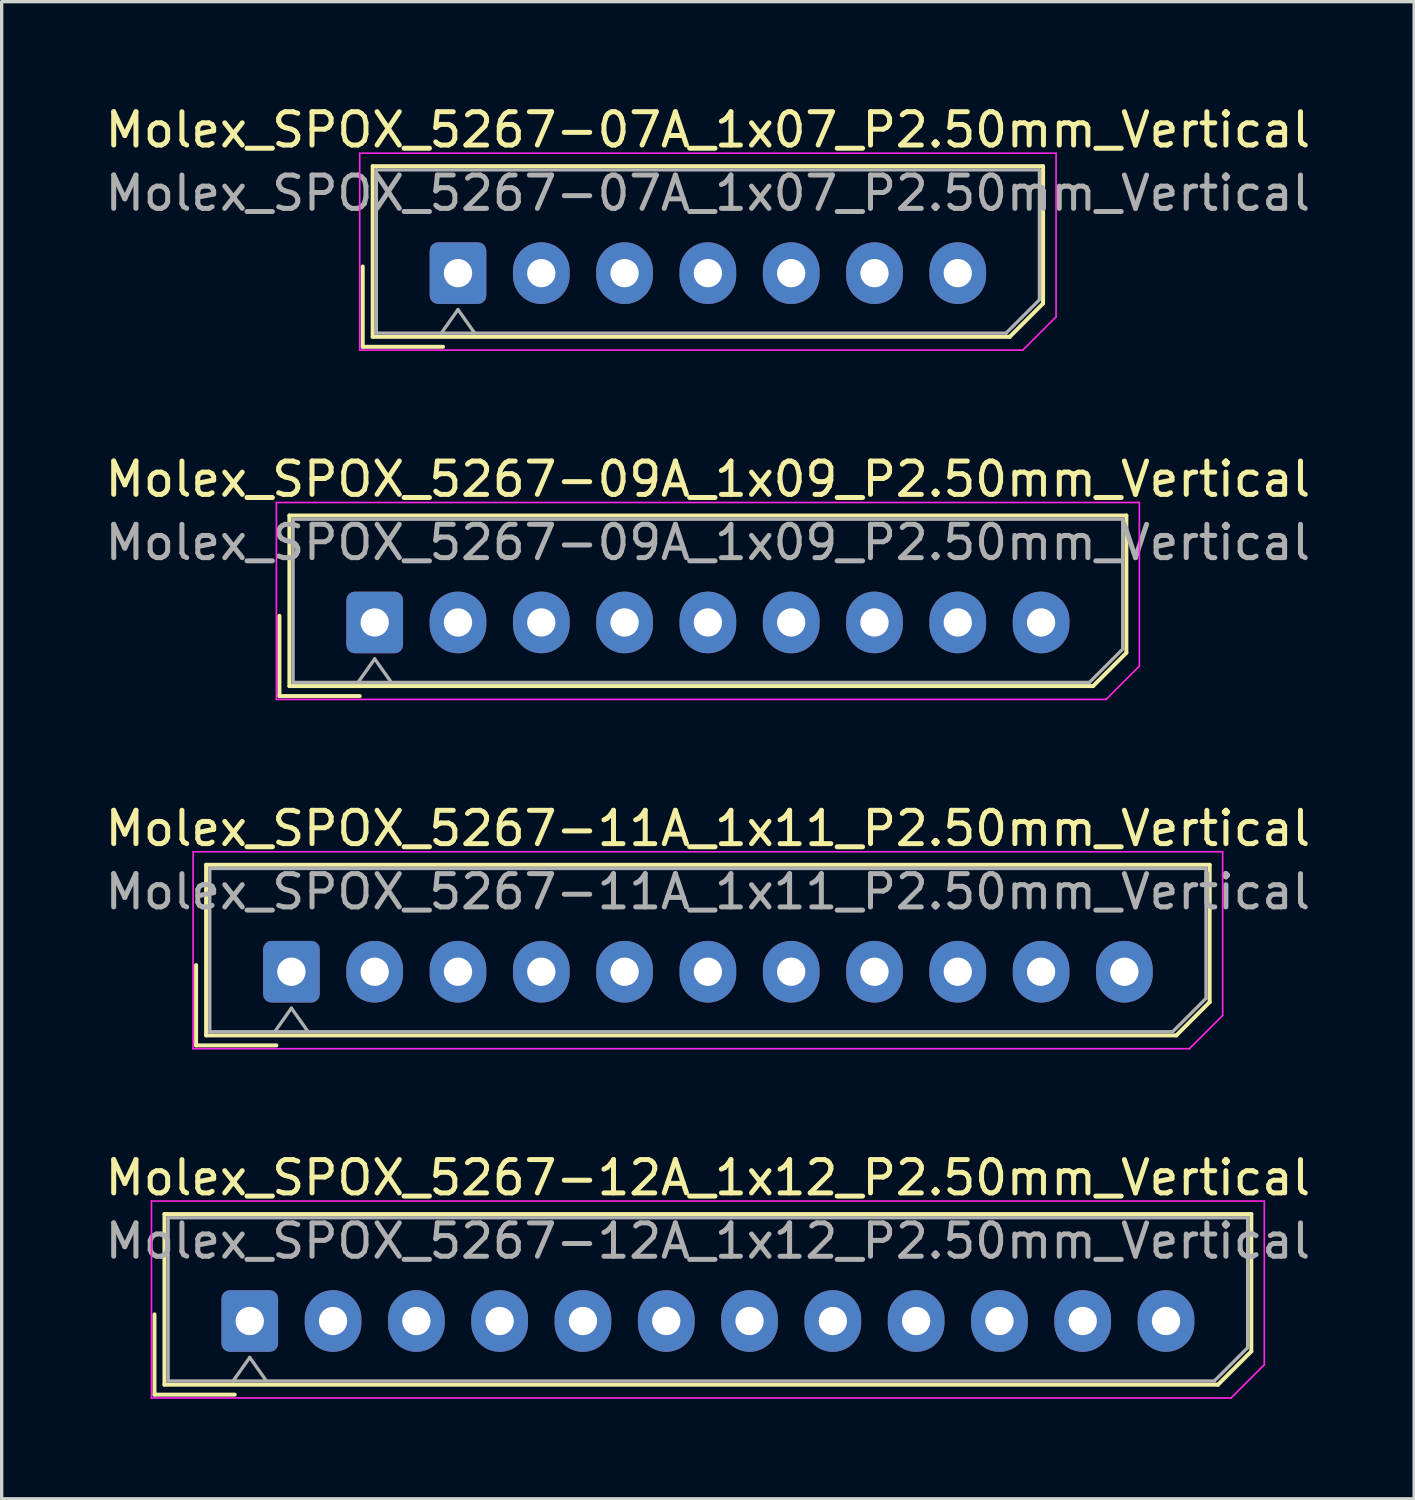
<source format=kicad_pcb>
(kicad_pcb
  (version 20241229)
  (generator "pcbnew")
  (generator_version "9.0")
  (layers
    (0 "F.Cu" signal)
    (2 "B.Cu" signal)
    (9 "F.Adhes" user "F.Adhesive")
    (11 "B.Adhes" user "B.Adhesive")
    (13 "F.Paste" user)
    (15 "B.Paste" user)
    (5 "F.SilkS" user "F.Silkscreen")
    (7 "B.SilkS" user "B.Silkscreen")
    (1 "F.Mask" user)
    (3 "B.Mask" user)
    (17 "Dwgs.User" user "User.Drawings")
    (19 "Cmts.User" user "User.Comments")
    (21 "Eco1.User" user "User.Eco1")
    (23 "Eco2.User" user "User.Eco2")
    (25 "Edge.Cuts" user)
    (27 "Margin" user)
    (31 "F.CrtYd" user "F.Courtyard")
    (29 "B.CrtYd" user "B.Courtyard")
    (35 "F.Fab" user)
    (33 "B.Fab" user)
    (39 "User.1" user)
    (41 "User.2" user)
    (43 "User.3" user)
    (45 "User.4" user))
  (footprint "Molex_SPOX_5267-09A_1x09_P2.50mm_Vertical"
    (layer "F.Cu")
    (at 8.196 15.632)
    (property "Reference" "Molex_SPOX_5267-09A_1x09_P2.50mm_Vertical" (at 10 -4.3 0) (layer "F.SilkS") (effects (font (size 1 1) (thickness 0.15))))
    (attr through_hole)
    (fp_line (start -2.86 -0.2) (end -2.86 2.21) (stroke (width 0.12) (type solid)) (layer "F.SilkS"))
    (fp_line (start -2.86 2.21) (end -0.45 2.21) (stroke (width 0.12) (type solid)) (layer "F.SilkS"))
    (fp_line (start -2.56 -3.21) (end -2.56 1.91) (stroke (width 0.12) (type solid)) (layer "F.SilkS"))
    (fp_line (start -2.56 1.91) (end 21.56 1.91) (stroke (width 0.12) (type solid)) (layer "F.SilkS"))
    (fp_line (start 21.56 1.91) (end 22.56 0.91) (stroke (width 0.12) (type solid)) (layer "F.SilkS"))
    (fp_line (start 22.56 -3.21) (end -2.56 -3.21) (stroke (width 0.12) (type solid)) (layer "F.SilkS"))
    (fp_line (start 22.56 0.91) (end 22.56 -3.21) (stroke (width 0.12) (type solid)) (layer "F.SilkS"))
    (fp_line (start -2.95 -3.6) (end -2.95 2.31) (stroke (width 0.05) (type solid)) (layer "F.CrtYd"))
    (fp_line (start -2.95 2.31) (end 21.95 2.31) (stroke (width 0.05) (type solid)) (layer "F.CrtYd"))
    (fp_line (start 21.95 2.31) (end 22.95 1.31) (stroke (width 0.05) (type solid)) (layer "F.CrtYd"))
    (fp_line (start 22.95 -3.6) (end -2.95 -3.6) (stroke (width 0.05) (type solid)) (layer "F.CrtYd"))
    (fp_line (start 22.95 1.31) (end 22.95 -3.6) (stroke (width 0.05) (type solid)) (layer "F.CrtYd"))
    (fp_line (start -2.45 -3.1) (end -2.45 1.8) (stroke (width 0.1) (type solid)) (layer "F.Fab"))
    (fp_line (start -2.45 1.8) (end 21.45 1.8) (stroke (width 0.1) (type solid)) (layer "F.Fab"))
    (fp_line (start -0.5 1.8) (end 0 1.093) (stroke (width 0.1) (type solid)) (layer "F.Fab"))
    (fp_line (start 0 1.093) (end 0.5 1.8) (stroke (width 0.1) (type solid)) (layer "F.Fab"))
    (fp_line (start 21.45 1.8) (end 22.45 0.8) (stroke (width 0.1) (type solid)) (layer "F.Fab"))
    (fp_line (start 22.45 -3.1) (end -2.45 -3.1) (stroke (width 0.1) (type solid)) (layer "F.Fab"))
    (fp_line (start 22.45 0.8) (end 22.45 -3.1) (stroke (width 0.1) (type solid)) (layer "F.Fab"))
    (fp_text user "${REFERENCE}" (at 10 -2.4 0) (layer "F.Fab") (effects (font (size 1 1) (thickness 0.15))))
    (pad "1" thru_hole roundrect (at 0 0) (size 1.7 1.85) (drill 0.85) (layers "*.Cu" "*.Mask") (roundrect_rratio 0.147))
    (pad "2" thru_hole oval (at 2.5 0) (size 1.7 1.85) (drill 0.85) (layers "*.Cu" "*.Mask"))
    (pad "3" thru_hole oval (at 5 0) (size 1.7 1.85) (drill 0.85) (layers "*.Cu" "*.Mask"))
    (pad "4" thru_hole oval (at 7.5 0) (size 1.7 1.85) (drill 0.85) (layers "*.Cu" "*.Mask"))
    (pad "5" thru_hole oval (at 10 0) (size 1.7 1.85) (drill 0.85) (layers "*.Cu" "*.Mask"))
    (pad "6" thru_hole oval (at 12.5 0) (size 1.7 1.85) (drill 0.85) (layers "*.Cu" "*.Mask"))
    (pad "7" thru_hole oval (at 15 0) (size 1.7 1.85) (drill 0.85) (layers "*.Cu" "*.Mask"))
    (pad "8" thru_hole oval (at 17.5 0) (size 1.7 1.85) (drill 0.85) (layers "*.Cu" "*.Mask"))
    (pad "9" thru_hole oval (at 20 0) (size 1.7 1.85) (drill 0.85) (layers "*.Cu" "*.Mask")))
  (footprint "Molex_SPOX_5267-12A_1x12_P2.50mm_Vertical"
    (layer "F.Cu")
    (at 4.446 36.598)
    (property "Reference" "Molex_SPOX_5267-12A_1x12_P2.50mm_Vertical" (at 13.75 -4.3 0) (layer "F.SilkS") (effects (font (size 1 1) (thickness 0.15))))
    (attr through_hole)
    (fp_line (start -2.86 -0.2) (end -2.86 2.21) (stroke (width 0.12) (type solid)) (layer "F.SilkS"))
    (fp_line (start -2.86 2.21) (end -0.45 2.21) (stroke (width 0.12) (type solid)) (layer "F.SilkS"))
    (fp_line (start -2.56 -3.21) (end -2.56 1.91) (stroke (width 0.12) (type solid)) (layer "F.SilkS"))
    (fp_line (start -2.56 1.91) (end 29.06 1.91) (stroke (width 0.12) (type solid)) (layer "F.SilkS"))
    (fp_line (start 29.06 1.91) (end 30.06 0.91) (stroke (width 0.12) (type solid)) (layer "F.SilkS"))
    (fp_line (start 30.06 -3.21) (end -2.56 -3.21) (stroke (width 0.12) (type solid)) (layer "F.SilkS"))
    (fp_line (start 30.06 0.91) (end 30.06 -3.21) (stroke (width 0.12) (type solid)) (layer "F.SilkS"))
    (fp_line (start -2.95 -3.6) (end -2.95 2.31) (stroke (width 0.05) (type solid)) (layer "F.CrtYd"))
    (fp_line (start -2.95 2.31) (end 29.45 2.31) (stroke (width 0.05) (type solid)) (layer "F.CrtYd"))
    (fp_line (start 29.45 2.31) (end 30.45 1.31) (stroke (width 0.05) (type solid)) (layer "F.CrtYd"))
    (fp_line (start 30.45 -3.6) (end -2.95 -3.6) (stroke (width 0.05) (type solid)) (layer "F.CrtYd"))
    (fp_line (start 30.45 1.31) (end 30.45 -3.6) (stroke (width 0.05) (type solid)) (layer "F.CrtYd"))
    (fp_line (start -2.45 -3.1) (end -2.45 1.8) (stroke (width 0.1) (type solid)) (layer "F.Fab"))
    (fp_line (start -2.45 1.8) (end 28.95 1.8) (stroke (width 0.1) (type solid)) (layer "F.Fab"))
    (fp_line (start -0.5 1.8) (end 0 1.093) (stroke (width 0.1) (type solid)) (layer "F.Fab"))
    (fp_line (start 0 1.093) (end 0.5 1.8) (stroke (width 0.1) (type solid)) (layer "F.Fab"))
    (fp_line (start 28.95 1.8) (end 29.95 0.8) (stroke (width 0.1) (type solid)) (layer "F.Fab"))
    (fp_line (start 29.95 -3.1) (end -2.45 -3.1) (stroke (width 0.1) (type solid)) (layer "F.Fab"))
    (fp_line (start 29.95 0.8) (end 29.95 -3.1) (stroke (width 0.1) (type solid)) (layer "F.Fab"))
    (fp_text user "${REFERENCE}" (at 13.75 -2.4 0) (layer "F.Fab") (effects (font (size 1 1) (thickness 0.15))))
    (pad "1" thru_hole roundrect (at 0 0) (size 1.7 1.85) (drill 0.85) (layers "*.Cu" "*.Mask") (roundrect_rratio 0.147))
    (pad "2" thru_hole oval (at 2.5 0) (size 1.7 1.85) (drill 0.85) (layers "*.Cu" "*.Mask"))
    (pad "3" thru_hole oval (at 5 0) (size 1.7 1.85) (drill 0.85) (layers "*.Cu" "*.Mask"))
    (pad "4" thru_hole oval (at 7.5 0) (size 1.7 1.85) (drill 0.85) (layers "*.Cu" "*.Mask"))
    (pad "5" thru_hole oval (at 10 0) (size 1.7 1.85) (drill 0.85) (layers "*.Cu" "*.Mask"))
    (pad "6" thru_hole oval (at 12.5 0) (size 1.7 1.85) (drill 0.85) (layers "*.Cu" "*.Mask"))
    (pad "7" thru_hole oval (at 15 0) (size 1.7 1.85) (drill 0.85) (layers "*.Cu" "*.Mask"))
    (pad "8" thru_hole oval (at 17.5 0) (size 1.7 1.85) (drill 0.85) (layers "*.Cu" "*.Mask"))
    (pad "9" thru_hole oval (at 20 0) (size 1.7 1.85) (drill 0.85) (layers "*.Cu" "*.Mask"))
    (pad "10" thru_hole oval (at 22.5 0) (size 1.7 1.85) (drill 0.85) (layers "*.Cu" "*.Mask"))
    (pad "11" thru_hole oval (at 25 0) (size 1.7 1.85) (drill 0.85) (layers "*.Cu" "*.Mask"))
    (pad "12" thru_hole oval (at 27.5 0) (size 1.7 1.85) (drill 0.85) (layers "*.Cu" "*.Mask")))
  (footprint "Molex_SPOX_5267-11A_1x11_P2.50mm_Vertical"
    (layer "F.Cu")
    (at 5.696 26.115)
    (property "Reference" "Molex_SPOX_5267-11A_1x11_P2.50mm_Vertical" (at 12.5 -4.3 0) (layer "F.SilkS") (effects (font (size 1 1) (thickness 0.15))))
    (attr through_hole)
    (fp_line (start -2.86 -0.2) (end -2.86 2.21) (stroke (width 0.12) (type solid)) (layer "F.SilkS"))
    (fp_line (start -2.86 2.21) (end -0.45 2.21) (stroke (width 0.12) (type solid)) (layer "F.SilkS"))
    (fp_line (start -2.56 -3.21) (end -2.56 1.91) (stroke (width 0.12) (type solid)) (layer "F.SilkS"))
    (fp_line (start -2.56 1.91) (end 26.56 1.91) (stroke (width 0.12) (type solid)) (layer "F.SilkS"))
    (fp_line (start 26.56 1.91) (end 27.56 0.91) (stroke (width 0.12) (type solid)) (layer "F.SilkS"))
    (fp_line (start 27.56 -3.21) (end -2.56 -3.21) (stroke (width 0.12) (type solid)) (layer "F.SilkS"))
    (fp_line (start 27.56 0.91) (end 27.56 -3.21) (stroke (width 0.12) (type solid)) (layer "F.SilkS"))
    (fp_line (start -2.95 -3.6) (end -2.95 2.31) (stroke (width 0.05) (type solid)) (layer "F.CrtYd"))
    (fp_line (start -2.95 2.31) (end 26.95 2.31) (stroke (width 0.05) (type solid)) (layer "F.CrtYd"))
    (fp_line (start 26.95 2.31) (end 27.95 1.31) (stroke (width 0.05) (type solid)) (layer "F.CrtYd"))
    (fp_line (start 27.95 -3.6) (end -2.95 -3.6) (stroke (width 0.05) (type solid)) (layer "F.CrtYd"))
    (fp_line (start 27.95 1.31) (end 27.95 -3.6) (stroke (width 0.05) (type solid)) (layer "F.CrtYd"))
    (fp_line (start -2.45 -3.1) (end -2.45 1.8) (stroke (width 0.1) (type solid)) (layer "F.Fab"))
    (fp_line (start -2.45 1.8) (end 26.45 1.8) (stroke (width 0.1) (type solid)) (layer "F.Fab"))
    (fp_line (start -0.5 1.8) (end 0 1.093) (stroke (width 0.1) (type solid)) (layer "F.Fab"))
    (fp_line (start 0 1.093) (end 0.5 1.8) (stroke (width 0.1) (type solid)) (layer "F.Fab"))
    (fp_line (start 26.45 1.8) (end 27.45 0.8) (stroke (width 0.1) (type solid)) (layer "F.Fab"))
    (fp_line (start 27.45 -3.1) (end -2.45 -3.1) (stroke (width 0.1) (type solid)) (layer "F.Fab"))
    (fp_line (start 27.45 0.8) (end 27.45 -3.1) (stroke (width 0.1) (type solid)) (layer "F.Fab"))
    (fp_text user "${REFERENCE}" (at 12.5 -2.4 0) (layer "F.Fab") (effects (font (size 1 1) (thickness 0.15))))
    (pad "1" thru_hole roundrect (at 0 0) (size 1.7 1.85) (drill 0.85) (layers "*.Cu" "*.Mask") (roundrect_rratio 0.147))
    (pad "2" thru_hole oval (at 2.5 0) (size 1.7 1.85) (drill 0.85) (layers "*.Cu" "*.Mask"))
    (pad "3" thru_hole oval (at 5 0) (size 1.7 1.85) (drill 0.85) (layers "*.Cu" "*.Mask"))
    (pad "4" thru_hole oval (at 7.5 0) (size 1.7 1.85) (drill 0.85) (layers "*.Cu" "*.Mask"))
    (pad "5" thru_hole oval (at 10 0) (size 1.7 1.85) (drill 0.85) (layers "*.Cu" "*.Mask"))
    (pad "6" thru_hole oval (at 12.5 0) (size 1.7 1.85) (drill 0.85) (layers "*.Cu" "*.Mask"))
    (pad "7" thru_hole oval (at 15 0) (size 1.7 1.85) (drill 0.85) (layers "*.Cu" "*.Mask"))
    (pad "8" thru_hole oval (at 17.5 0) (size 1.7 1.85) (drill 0.85) (layers "*.Cu" "*.Mask"))
    (pad "9" thru_hole oval (at 20 0) (size 1.7 1.85) (drill 0.85) (layers "*.Cu" "*.Mask"))
    (pad "10" thru_hole oval (at 22.5 0) (size 1.7 1.85) (drill 0.85) (layers "*.Cu" "*.Mask"))
    (pad "11" thru_hole oval (at 25 0) (size 1.7 1.85) (drill 0.85) (layers "*.Cu" "*.Mask")))
  (footprint "Molex_SPOX_5267-07A_1x07_P2.50mm_Vertical"
    (layer "F.Cu")
    (at 10.696 5.148)
    (property "Reference" "Molex_SPOX_5267-07A_1x07_P2.50mm_Vertical" (at 7.5 -4.3 0) (layer "F.SilkS") (effects (font (size 1 1) (thickness 0.15))))
    (attr through_hole)
    (fp_line (start -2.86 -0.2) (end -2.86 2.21) (stroke (width 0.12) (type solid)) (layer "F.SilkS"))
    (fp_line (start -2.86 2.21) (end -0.45 2.21) (stroke (width 0.12) (type solid)) (layer "F.SilkS"))
    (fp_line (start -2.56 -3.21) (end -2.56 1.91) (stroke (width 0.12) (type solid)) (layer "F.SilkS"))
    (fp_line (start -2.56 1.91) (end 16.56 1.91) (stroke (width 0.12) (type solid)) (layer "F.SilkS"))
    (fp_line (start 16.56 1.91) (end 17.56 0.91) (stroke (width 0.12) (type solid)) (layer "F.SilkS"))
    (fp_line (start 17.56 -3.21) (end -2.56 -3.21) (stroke (width 0.12) (type solid)) (layer "F.SilkS"))
    (fp_line (start 17.56 0.91) (end 17.56 -3.21) (stroke (width 0.12) (type solid)) (layer "F.SilkS"))
    (fp_line (start -2.95 -3.6) (end -2.95 2.31) (stroke (width 0.05) (type solid)) (layer "F.CrtYd"))
    (fp_line (start -2.95 2.31) (end 16.95 2.31) (stroke (width 0.05) (type solid)) (layer "F.CrtYd"))
    (fp_line (start 16.95 2.31) (end 17.95 1.31) (stroke (width 0.05) (type solid)) (layer "F.CrtYd"))
    (fp_line (start 17.95 -3.6) (end -2.95 -3.6) (stroke (width 0.05) (type solid)) (layer "F.CrtYd"))
    (fp_line (start 17.95 1.31) (end 17.95 -3.6) (stroke (width 0.05) (type solid)) (layer "F.CrtYd"))
    (fp_line (start -2.45 -3.1) (end -2.45 1.8) (stroke (width 0.1) (type solid)) (layer "F.Fab"))
    (fp_line (start -2.45 1.8) (end 16.45 1.8) (stroke (width 0.1) (type solid)) (layer "F.Fab"))
    (fp_line (start -0.5 1.8) (end 0 1.093) (stroke (width 0.1) (type solid)) (layer "F.Fab"))
    (fp_line (start 0 1.093) (end 0.5 1.8) (stroke (width 0.1) (type solid)) (layer "F.Fab"))
    (fp_line (start 16.45 1.8) (end 17.45 0.8) (stroke (width 0.1) (type solid)) (layer "F.Fab"))
    (fp_line (start 17.45 -3.1) (end -2.45 -3.1) (stroke (width 0.1) (type solid)) (layer "F.Fab"))
    (fp_line (start 17.45 0.8) (end 17.45 -3.1) (stroke (width 0.1) (type solid)) (layer "F.Fab"))
    (fp_text user "${REFERENCE}" (at 7.5 -2.4 0) (layer "F.Fab") (effects (font (size 1 1) (thickness 0.15))))
    (pad "1" thru_hole roundrect (at 0 0) (size 1.7 1.85) (drill 0.85) (layers "*.Cu" "*.Mask") (roundrect_rratio 0.147))
    (pad "2" thru_hole oval (at 2.5 0) (size 1.7 1.85) (drill 0.85) (layers "*.Cu" "*.Mask"))
    (pad "3" thru_hole oval (at 5 0) (size 1.7 1.85) (drill 0.85) (layers "*.Cu" "*.Mask"))
    (pad "4" thru_hole oval (at 7.5 0) (size 1.7 1.85) (drill 0.85) (layers "*.Cu" "*.Mask"))
    (pad "5" thru_hole oval (at 10 0) (size 1.7 1.85) (drill 0.85) (layers "*.Cu" "*.Mask"))
    (pad "6" thru_hole oval (at 12.5 0) (size 1.7 1.85) (drill 0.85) (layers "*.Cu" "*.Mask"))
    (pad "7" thru_hole oval (at 15 0) (size 1.7 1.85) (drill 0.85) (layers "*.Cu" "*.Mask")))
  (gr_rect
    (start -3 -3)
    (end 39.393 41.933)
    (stroke (width 0.1) (type default))
    (fill no)
    (layer "Edge.Cuts")))
</source>
